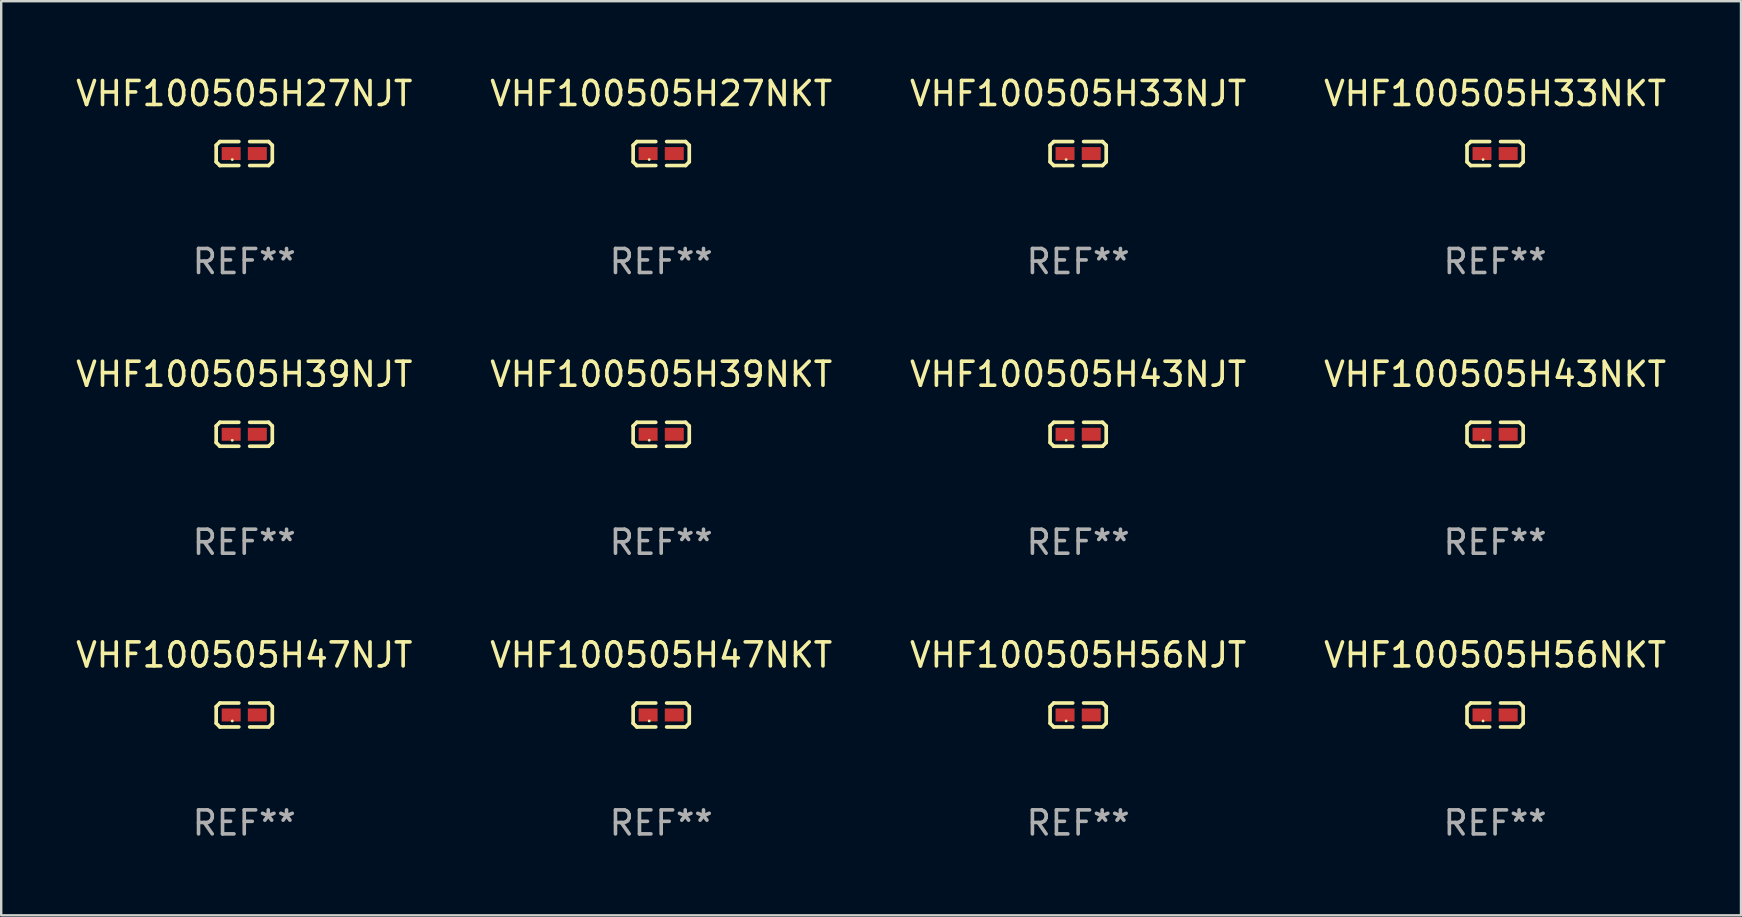
<source format=kicad_pcb>
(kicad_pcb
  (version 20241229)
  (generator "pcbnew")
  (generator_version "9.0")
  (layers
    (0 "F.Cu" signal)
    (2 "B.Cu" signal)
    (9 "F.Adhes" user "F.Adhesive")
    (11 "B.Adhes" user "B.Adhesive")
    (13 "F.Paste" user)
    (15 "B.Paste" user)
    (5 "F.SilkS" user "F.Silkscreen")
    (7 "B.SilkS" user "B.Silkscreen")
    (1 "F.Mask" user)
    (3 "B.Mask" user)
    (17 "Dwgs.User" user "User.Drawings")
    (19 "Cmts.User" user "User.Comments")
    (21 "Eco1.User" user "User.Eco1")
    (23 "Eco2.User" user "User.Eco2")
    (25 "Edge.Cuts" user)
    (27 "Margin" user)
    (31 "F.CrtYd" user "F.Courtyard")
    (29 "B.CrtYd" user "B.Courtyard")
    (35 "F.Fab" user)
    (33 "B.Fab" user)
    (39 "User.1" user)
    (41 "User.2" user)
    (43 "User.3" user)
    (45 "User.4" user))
  (footprint "VHF100505H27NJT"
    (layer "F.Cu")
    (at 7.125 3.347)
    (property "Reference" "VHF100505H27NJT" (at 0 -2.499 0) (layer "F.SilkS") (effects (font (size 1 1) (thickness 0.15))))
    (attr through_hole)
    (fp_line (start -1.169 -0.346) (end -1.016 -0.499) (stroke (width 0.152) (type solid)) (layer "F.SilkS"))
    (fp_line (start -1.169 0.346) (end -1.169 -0.346) (stroke (width 0.152) (type solid)) (layer "F.SilkS"))
    (fp_line (start -1.016 -0.499) (end -0.226 -0.499) (stroke (width 0.152) (type solid)) (layer "F.SilkS"))
    (fp_line (start -1.016 0.499) (end -1.169 0.346) (stroke (width 0.152) (type solid)) (layer "F.SilkS"))
    (fp_line (start -0.226 0.499) (end -1.016 0.499) (stroke (width 0.152) (type solid)) (layer "F.SilkS"))
    (fp_line (start 0.226 0.499) (end 1.016 0.499) (stroke (width 0.152) (type solid)) (layer "F.SilkS"))
    (fp_line (start 1.016 -0.499) (end 0.226 -0.499) (stroke (width 0.152) (type solid)) (layer "F.SilkS"))
    (fp_line (start 1.016 0.499) (end 1.169 0.346) (stroke (width 0.152) (type solid)) (layer "F.SilkS"))
    (fp_line (start 1.169 -0.346) (end 1.016 -0.499) (stroke (width 0.152) (type solid)) (layer "F.SilkS"))
    (fp_line (start 1.169 0.346) (end 1.169 -0.346) (stroke (width 0.152) (type solid)) (layer "F.SilkS"))
    (fp_circle (center -0.5 0.25) (end -0.47 0.25) (stroke (width 0.06) (type solid)) (fill no) (layer "F.SilkS"))
    (fp_text user "REF**" (at 0 4.499 0) (layer "F.Fab") (effects (font (size 1 1) (thickness 0.15))))
    (pad "1" smd rect (at -0.545 0) (size 0.79 0.54) (layers "F.Cu" "F.Mask" "F.Paste"))
    (pad "2" smd rect (at 0.545 0) (size 0.79 0.54) (layers "F.Cu" "F.Mask" "F.Paste")))
  (footprint "VHF100505H33NKT"
    (layer "F.Cu")
    (at 59.232 3.347)
    (property "Reference" "VHF100505H33NKT" (at 0 -2.499 0) (layer "F.SilkS") (effects (font (size 1 1) (thickness 0.15))))
    (attr through_hole)
    (fp_line (start -1.169 -0.346) (end -1.016 -0.499) (stroke (width 0.152) (type solid)) (layer "F.SilkS"))
    (fp_line (start -1.169 0.346) (end -1.169 -0.346) (stroke (width 0.152) (type solid)) (layer "F.SilkS"))
    (fp_line (start -1.016 -0.499) (end -0.226 -0.499) (stroke (width 0.152) (type solid)) (layer "F.SilkS"))
    (fp_line (start -1.016 0.499) (end -1.169 0.346) (stroke (width 0.152) (type solid)) (layer "F.SilkS"))
    (fp_line (start -0.226 0.499) (end -1.016 0.499) (stroke (width 0.152) (type solid)) (layer "F.SilkS"))
    (fp_line (start 0.226 0.499) (end 1.016 0.499) (stroke (width 0.152) (type solid)) (layer "F.SilkS"))
    (fp_line (start 1.016 -0.499) (end 0.226 -0.499) (stroke (width 0.152) (type solid)) (layer "F.SilkS"))
    (fp_line (start 1.016 0.499) (end 1.169 0.346) (stroke (width 0.152) (type solid)) (layer "F.SilkS"))
    (fp_line (start 1.169 -0.346) (end 1.016 -0.499) (stroke (width 0.152) (type solid)) (layer "F.SilkS"))
    (fp_line (start 1.169 0.346) (end 1.169 -0.346) (stroke (width 0.152) (type solid)) (layer "F.SilkS"))
    (fp_circle (center -0.5 0.25) (end -0.47 0.25) (stroke (width 0.06) (type solid)) (fill no) (layer "F.SilkS"))
    (fp_text user "REF**" (at 0 4.499 0) (layer "F.Fab") (effects (font (size 1 1) (thickness 0.15))))
    (pad "1" smd rect (at -0.545 0) (size 0.79 0.54) (layers "F.Cu" "F.Mask" "F.Paste"))
    (pad "2" smd rect (at 0.545 0) (size 0.79 0.54) (layers "F.Cu" "F.Mask" "F.Paste")))
  (footprint "VHF100505H43NJT"
    (layer "F.Cu")
    (at 41.863 15.041)
    (property "Reference" "VHF100505H43NJT" (at 0 -2.499 0) (layer "F.SilkS") (effects (font (size 1 1) (thickness 0.15))))
    (attr through_hole)
    (fp_line (start -1.169 -0.346) (end -1.016 -0.499) (stroke (width 0.152) (type solid)) (layer "F.SilkS"))
    (fp_line (start -1.169 0.346) (end -1.169 -0.346) (stroke (width 0.152) (type solid)) (layer "F.SilkS"))
    (fp_line (start -1.016 -0.499) (end -0.226 -0.499) (stroke (width 0.152) (type solid)) (layer "F.SilkS"))
    (fp_line (start -1.016 0.499) (end -1.169 0.346) (stroke (width 0.152) (type solid)) (layer "F.SilkS"))
    (fp_line (start -0.226 0.499) (end -1.016 0.499) (stroke (width 0.152) (type solid)) (layer "F.SilkS"))
    (fp_line (start 0.226 0.499) (end 1.016 0.499) (stroke (width 0.152) (type solid)) (layer "F.SilkS"))
    (fp_line (start 1.016 -0.499) (end 0.226 -0.499) (stroke (width 0.152) (type solid)) (layer "F.SilkS"))
    (fp_line (start 1.016 0.499) (end 1.169 0.346) (stroke (width 0.152) (type solid)) (layer "F.SilkS"))
    (fp_line (start 1.169 -0.346) (end 1.016 -0.499) (stroke (width 0.152) (type solid)) (layer "F.SilkS"))
    (fp_line (start 1.169 0.346) (end 1.169 -0.346) (stroke (width 0.152) (type solid)) (layer "F.SilkS"))
    (fp_circle (center -0.5 0.25) (end -0.47 0.25) (stroke (width 0.06) (type solid)) (fill no) (layer "F.SilkS"))
    (fp_text user "REF**" (at 0 4.499 0) (layer "F.Fab") (effects (font (size 1 1) (thickness 0.15))))
    (pad "1" smd rect (at -0.545 0) (size 0.79 0.54) (layers "F.Cu" "F.Mask" "F.Paste"))
    (pad "2" smd rect (at 0.545 0) (size 0.79 0.54) (layers "F.Cu" "F.Mask" "F.Paste")))
  (footprint "VHF100505H39NJT"
    (layer "F.Cu")
    (at 7.125 15.041)
    (property "Reference" "VHF100505H39NJT" (at 0 -2.499 0) (layer "F.SilkS") (effects (font (size 1 1) (thickness 0.15))))
    (attr through_hole)
    (fp_line (start -1.169 -0.346) (end -1.016 -0.499) (stroke (width 0.152) (type solid)) (layer "F.SilkS"))
    (fp_line (start -1.169 0.346) (end -1.169 -0.346) (stroke (width 0.152) (type solid)) (layer "F.SilkS"))
    (fp_line (start -1.016 -0.499) (end -0.226 -0.499) (stroke (width 0.152) (type solid)) (layer "F.SilkS"))
    (fp_line (start -1.016 0.499) (end -1.169 0.346) (stroke (width 0.152) (type solid)) (layer "F.SilkS"))
    (fp_line (start -0.226 0.499) (end -1.016 0.499) (stroke (width 0.152) (type solid)) (layer "F.SilkS"))
    (fp_line (start 0.226 0.499) (end 1.016 0.499) (stroke (width 0.152) (type solid)) (layer "F.SilkS"))
    (fp_line (start 1.016 -0.499) (end 0.226 -0.499) (stroke (width 0.152) (type solid)) (layer "F.SilkS"))
    (fp_line (start 1.016 0.499) (end 1.169 0.346) (stroke (width 0.152) (type solid)) (layer "F.SilkS"))
    (fp_line (start 1.169 -0.346) (end 1.016 -0.499) (stroke (width 0.152) (type solid)) (layer "F.SilkS"))
    (fp_line (start 1.169 0.346) (end 1.169 -0.346) (stroke (width 0.152) (type solid)) (layer "F.SilkS"))
    (fp_circle (center -0.5 0.25) (end -0.47 0.25) (stroke (width 0.06) (type solid)) (fill no) (layer "F.SilkS"))
    (fp_text user "REF**" (at 0 4.499 0) (layer "F.Fab") (effects (font (size 1 1) (thickness 0.15))))
    (pad "1" smd rect (at -0.545 0) (size 0.79 0.54) (layers "F.Cu" "F.Mask" "F.Paste"))
    (pad "2" smd rect (at 0.545 0) (size 0.79 0.54) (layers "F.Cu" "F.Mask" "F.Paste")))
  (footprint "VHF100505H56NKT"
    (layer "F.Cu")
    (at 59.232 26.734)
    (property "Reference" "VHF100505H56NKT" (at 0 -2.499 0) (layer "F.SilkS") (effects (font (size 1 1) (thickness 0.15))))
    (attr through_hole)
    (fp_line (start -1.169 -0.346) (end -1.016 -0.499) (stroke (width 0.152) (type solid)) (layer "F.SilkS"))
    (fp_line (start -1.169 0.346) (end -1.169 -0.346) (stroke (width 0.152) (type solid)) (layer "F.SilkS"))
    (fp_line (start -1.016 -0.499) (end -0.226 -0.499) (stroke (width 0.152) (type solid)) (layer "F.SilkS"))
    (fp_line (start -1.016 0.499) (end -1.169 0.346) (stroke (width 0.152) (type solid)) (layer "F.SilkS"))
    (fp_line (start -0.226 0.499) (end -1.016 0.499) (stroke (width 0.152) (type solid)) (layer "F.SilkS"))
    (fp_line (start 0.226 0.499) (end 1.016 0.499) (stroke (width 0.152) (type solid)) (layer "F.SilkS"))
    (fp_line (start 1.016 -0.499) (end 0.226 -0.499) (stroke (width 0.152) (type solid)) (layer "F.SilkS"))
    (fp_line (start 1.016 0.499) (end 1.169 0.346) (stroke (width 0.152) (type solid)) (layer "F.SilkS"))
    (fp_line (start 1.169 -0.346) (end 1.016 -0.499) (stroke (width 0.152) (type solid)) (layer "F.SilkS"))
    (fp_line (start 1.169 0.346) (end 1.169 -0.346) (stroke (width 0.152) (type solid)) (layer "F.SilkS"))
    (fp_circle (center -0.5 0.25) (end -0.47 0.25) (stroke (width 0.06) (type solid)) (fill no) (layer "F.SilkS"))
    (fp_text user "REF**" (at 0 4.499 0) (layer "F.Fab") (effects (font (size 1 1) (thickness 0.15))))
    (pad "1" smd rect (at -0.545 0) (size 0.79 0.54) (layers "F.Cu" "F.Mask" "F.Paste"))
    (pad "2" smd rect (at 0.545 0) (size 0.79 0.54) (layers "F.Cu" "F.Mask" "F.Paste")))
  (footprint "VHF100505H43NKT"
    (layer "F.Cu")
    (at 59.232 15.041)
    (property "Reference" "VHF100505H43NKT" (at 0 -2.499 0) (layer "F.SilkS") (effects (font (size 1 1) (thickness 0.15))))
    (attr through_hole)
    (fp_line (start -1.169 -0.346) (end -1.016 -0.499) (stroke (width 0.152) (type solid)) (layer "F.SilkS"))
    (fp_line (start -1.169 0.346) (end -1.169 -0.346) (stroke (width 0.152) (type solid)) (layer "F.SilkS"))
    (fp_line (start -1.016 -0.499) (end -0.226 -0.499) (stroke (width 0.152) (type solid)) (layer "F.SilkS"))
    (fp_line (start -1.016 0.499) (end -1.169 0.346) (stroke (width 0.152) (type solid)) (layer "F.SilkS"))
    (fp_line (start -0.226 0.499) (end -1.016 0.499) (stroke (width 0.152) (type solid)) (layer "F.SilkS"))
    (fp_line (start 0.226 0.499) (end 1.016 0.499) (stroke (width 0.152) (type solid)) (layer "F.SilkS"))
    (fp_line (start 1.016 -0.499) (end 0.226 -0.499) (stroke (width 0.152) (type solid)) (layer "F.SilkS"))
    (fp_line (start 1.016 0.499) (end 1.169 0.346) (stroke (width 0.152) (type solid)) (layer "F.SilkS"))
    (fp_line (start 1.169 -0.346) (end 1.016 -0.499) (stroke (width 0.152) (type solid)) (layer "F.SilkS"))
    (fp_line (start 1.169 0.346) (end 1.169 -0.346) (stroke (width 0.152) (type solid)) (layer "F.SilkS"))
    (fp_circle (center -0.5 0.25) (end -0.47 0.25) (stroke (width 0.06) (type solid)) (fill no) (layer "F.SilkS"))
    (fp_text user "REF**" (at 0 4.499 0) (layer "F.Fab") (effects (font (size 1 1) (thickness 0.15))))
    (pad "1" smd rect (at -0.545 0) (size 0.79 0.54) (layers "F.Cu" "F.Mask" "F.Paste"))
    (pad "2" smd rect (at 0.545 0) (size 0.79 0.54) (layers "F.Cu" "F.Mask" "F.Paste")))
  (footprint "VHF100505H47NJT"
    (layer "F.Cu")
    (at 7.125 26.734)
    (property "Reference" "VHF100505H47NJT" (at 0 -2.499 0) (layer "F.SilkS") (effects (font (size 1 1) (thickness 0.15))))
    (attr through_hole)
    (fp_line (start -1.169 -0.346) (end -1.016 -0.499) (stroke (width 0.152) (type solid)) (layer "F.SilkS"))
    (fp_line (start -1.169 0.346) (end -1.169 -0.346) (stroke (width 0.152) (type solid)) (layer "F.SilkS"))
    (fp_line (start -1.016 -0.499) (end -0.226 -0.499) (stroke (width 0.152) (type solid)) (layer "F.SilkS"))
    (fp_line (start -1.016 0.499) (end -1.169 0.346) (stroke (width 0.152) (type solid)) (layer "F.SilkS"))
    (fp_line (start -0.226 0.499) (end -1.016 0.499) (stroke (width 0.152) (type solid)) (layer "F.SilkS"))
    (fp_line (start 0.226 0.499) (end 1.016 0.499) (stroke (width 0.152) (type solid)) (layer "F.SilkS"))
    (fp_line (start 1.016 -0.499) (end 0.226 -0.499) (stroke (width 0.152) (type solid)) (layer "F.SilkS"))
    (fp_line (start 1.016 0.499) (end 1.169 0.346) (stroke (width 0.152) (type solid)) (layer "F.SilkS"))
    (fp_line (start 1.169 -0.346) (end 1.016 -0.499) (stroke (width 0.152) (type solid)) (layer "F.SilkS"))
    (fp_line (start 1.169 0.346) (end 1.169 -0.346) (stroke (width 0.152) (type solid)) (layer "F.SilkS"))
    (fp_circle (center -0.5 0.25) (end -0.47 0.25) (stroke (width 0.06) (type solid)) (fill no) (layer "F.SilkS"))
    (fp_text user "REF**" (at 0 4.499 0) (layer "F.Fab") (effects (font (size 1 1) (thickness 0.15))))
    (pad "1" smd rect (at -0.545 0) (size 0.79 0.54) (layers "F.Cu" "F.Mask" "F.Paste"))
    (pad "2" smd rect (at 0.545 0) (size 0.79 0.54) (layers "F.Cu" "F.Mask" "F.Paste")))
  (footprint "VHF100505H33NJT"
    (layer "F.Cu")
    (at 41.863 3.347)
    (property "Reference" "VHF100505H33NJT" (at 0 -2.499 0) (layer "F.SilkS") (effects (font (size 1 1) (thickness 0.15))))
    (attr through_hole)
    (fp_line (start -1.169 -0.346) (end -1.016 -0.499) (stroke (width 0.152) (type solid)) (layer "F.SilkS"))
    (fp_line (start -1.169 0.346) (end -1.169 -0.346) (stroke (width 0.152) (type solid)) (layer "F.SilkS"))
    (fp_line (start -1.016 -0.499) (end -0.226 -0.499) (stroke (width 0.152) (type solid)) (layer "F.SilkS"))
    (fp_line (start -1.016 0.499) (end -1.169 0.346) (stroke (width 0.152) (type solid)) (layer "F.SilkS"))
    (fp_line (start -0.226 0.499) (end -1.016 0.499) (stroke (width 0.152) (type solid)) (layer "F.SilkS"))
    (fp_line (start 0.226 0.499) (end 1.016 0.499) (stroke (width 0.152) (type solid)) (layer "F.SilkS"))
    (fp_line (start 1.016 -0.499) (end 0.226 -0.499) (stroke (width 0.152) (type solid)) (layer "F.SilkS"))
    (fp_line (start 1.016 0.499) (end 1.169 0.346) (stroke (width 0.152) (type solid)) (layer "F.SilkS"))
    (fp_line (start 1.169 -0.346) (end 1.016 -0.499) (stroke (width 0.152) (type solid)) (layer "F.SilkS"))
    (fp_line (start 1.169 0.346) (end 1.169 -0.346) (stroke (width 0.152) (type solid)) (layer "F.SilkS"))
    (fp_circle (center -0.5 0.25) (end -0.47 0.25) (stroke (width 0.06) (type solid)) (fill no) (layer "F.SilkS"))
    (fp_text user "REF**" (at 0 4.499 0) (layer "F.Fab") (effects (font (size 1 1) (thickness 0.15))))
    (pad "1" smd rect (at -0.545 0) (size 0.79 0.54) (layers "F.Cu" "F.Mask" "F.Paste"))
    (pad "2" smd rect (at 0.545 0) (size 0.79 0.54) (layers "F.Cu" "F.Mask" "F.Paste")))
  (footprint "VHF100505H56NJT"
    (layer "F.Cu")
    (at 41.863 26.734)
    (property "Reference" "VHF100505H56NJT" (at 0 -2.499 0) (layer "F.SilkS") (effects (font (size 1 1) (thickness 0.15))))
    (attr through_hole)
    (fp_line (start -1.169 -0.346) (end -1.016 -0.499) (stroke (width 0.152) (type solid)) (layer "F.SilkS"))
    (fp_line (start -1.169 0.346) (end -1.169 -0.346) (stroke (width 0.152) (type solid)) (layer "F.SilkS"))
    (fp_line (start -1.016 -0.499) (end -0.226 -0.499) (stroke (width 0.152) (type solid)) (layer "F.SilkS"))
    (fp_line (start -1.016 0.499) (end -1.169 0.346) (stroke (width 0.152) (type solid)) (layer "F.SilkS"))
    (fp_line (start -0.226 0.499) (end -1.016 0.499) (stroke (width 0.152) (type solid)) (layer "F.SilkS"))
    (fp_line (start 0.226 0.499) (end 1.016 0.499) (stroke (width 0.152) (type solid)) (layer "F.SilkS"))
    (fp_line (start 1.016 -0.499) (end 0.226 -0.499) (stroke (width 0.152) (type solid)) (layer "F.SilkS"))
    (fp_line (start 1.016 0.499) (end 1.169 0.346) (stroke (width 0.152) (type solid)) (layer "F.SilkS"))
    (fp_line (start 1.169 -0.346) (end 1.016 -0.499) (stroke (width 0.152) (type solid)) (layer "F.SilkS"))
    (fp_line (start 1.169 0.346) (end 1.169 -0.346) (stroke (width 0.152) (type solid)) (layer "F.SilkS"))
    (fp_circle (center -0.5 0.25) (end -0.47 0.25) (stroke (width 0.06) (type solid)) (fill no) (layer "F.SilkS"))
    (fp_text user "REF**" (at 0 4.499 0) (layer "F.Fab") (effects (font (size 1 1) (thickness 0.15))))
    (pad "1" smd rect (at -0.545 0) (size 0.79 0.54) (layers "F.Cu" "F.Mask" "F.Paste"))
    (pad "2" smd rect (at 0.545 0) (size 0.79 0.54) (layers "F.Cu" "F.Mask" "F.Paste")))
  (footprint "VHF100505H39NKT"
    (layer "F.Cu")
    (at 24.494 15.041)
    (property "Reference" "VHF100505H39NKT" (at 0 -2.499 0) (layer "F.SilkS") (effects (font (size 1 1) (thickness 0.15))))
    (attr through_hole)
    (fp_line (start -1.169 -0.346) (end -1.016 -0.499) (stroke (width 0.152) (type solid)) (layer "F.SilkS"))
    (fp_line (start -1.169 0.346) (end -1.169 -0.346) (stroke (width 0.152) (type solid)) (layer "F.SilkS"))
    (fp_line (start -1.016 -0.499) (end -0.226 -0.499) (stroke (width 0.152) (type solid)) (layer "F.SilkS"))
    (fp_line (start -1.016 0.499) (end -1.169 0.346) (stroke (width 0.152) (type solid)) (layer "F.SilkS"))
    (fp_line (start -0.226 0.499) (end -1.016 0.499) (stroke (width 0.152) (type solid)) (layer "F.SilkS"))
    (fp_line (start 0.226 0.499) (end 1.016 0.499) (stroke (width 0.152) (type solid)) (layer "F.SilkS"))
    (fp_line (start 1.016 -0.499) (end 0.226 -0.499) (stroke (width 0.152) (type solid)) (layer "F.SilkS"))
    (fp_line (start 1.016 0.499) (end 1.169 0.346) (stroke (width 0.152) (type solid)) (layer "F.SilkS"))
    (fp_line (start 1.169 -0.346) (end 1.016 -0.499) (stroke (width 0.152) (type solid)) (layer "F.SilkS"))
    (fp_line (start 1.169 0.346) (end 1.169 -0.346) (stroke (width 0.152) (type solid)) (layer "F.SilkS"))
    (fp_circle (center -0.5 0.25) (end -0.47 0.25) (stroke (width 0.06) (type solid)) (fill no) (layer "F.SilkS"))
    (fp_text user "REF**" (at 0 4.499 0) (layer "F.Fab") (effects (font (size 1 1) (thickness 0.15))))
    (pad "1" smd rect (at -0.545 0) (size 0.79 0.54) (layers "F.Cu" "F.Mask" "F.Paste"))
    (pad "2" smd rect (at 0.545 0) (size 0.79 0.54) (layers "F.Cu" "F.Mask" "F.Paste")))
  (footprint "VHF100505H27NKT"
    (layer "F.Cu")
    (at 24.494 3.347)
    (property "Reference" "VHF100505H27NKT" (at 0 -2.499 0) (layer "F.SilkS") (effects (font (size 1 1) (thickness 0.15))))
    (attr through_hole)
    (fp_line (start -1.169 -0.346) (end -1.016 -0.499) (stroke (width 0.152) (type solid)) (layer "F.SilkS"))
    (fp_line (start -1.169 0.346) (end -1.169 -0.346) (stroke (width 0.152) (type solid)) (layer "F.SilkS"))
    (fp_line (start -1.016 -0.499) (end -0.226 -0.499) (stroke (width 0.152) (type solid)) (layer "F.SilkS"))
    (fp_line (start -1.016 0.499) (end -1.169 0.346) (stroke (width 0.152) (type solid)) (layer "F.SilkS"))
    (fp_line (start -0.226 0.499) (end -1.016 0.499) (stroke (width 0.152) (type solid)) (layer "F.SilkS"))
    (fp_line (start 0.226 0.499) (end 1.016 0.499) (stroke (width 0.152) (type solid)) (layer "F.SilkS"))
    (fp_line (start 1.016 -0.499) (end 0.226 -0.499) (stroke (width 0.152) (type solid)) (layer "F.SilkS"))
    (fp_line (start 1.016 0.499) (end 1.169 0.346) (stroke (width 0.152) (type solid)) (layer "F.SilkS"))
    (fp_line (start 1.169 -0.346) (end 1.016 -0.499) (stroke (width 0.152) (type solid)) (layer "F.SilkS"))
    (fp_line (start 1.169 0.346) (end 1.169 -0.346) (stroke (width 0.152) (type solid)) (layer "F.SilkS"))
    (fp_circle (center -0.5 0.25) (end -0.47 0.25) (stroke (width 0.06) (type solid)) (fill no) (layer "F.SilkS"))
    (fp_text user "REF**" (at 0 4.499 0) (layer "F.Fab") (effects (font (size 1 1) (thickness 0.15))))
    (pad "1" smd rect (at -0.545 0) (size 0.79 0.54) (layers "F.Cu" "F.Mask" "F.Paste"))
    (pad "2" smd rect (at 0.545 0) (size 0.79 0.54) (layers "F.Cu" "F.Mask" "F.Paste")))
  (footprint "VHF100505H47NKT"
    (layer "F.Cu")
    (at 24.494 26.734)
    (property "Reference" "VHF100505H47NKT" (at 0 -2.499 0) (layer "F.SilkS") (effects (font (size 1 1) (thickness 0.15))))
    (attr through_hole)
    (fp_line (start -1.169 -0.346) (end -1.016 -0.499) (stroke (width 0.152) (type solid)) (layer "F.SilkS"))
    (fp_line (start -1.169 0.346) (end -1.169 -0.346) (stroke (width 0.152) (type solid)) (layer "F.SilkS"))
    (fp_line (start -1.016 -0.499) (end -0.226 -0.499) (stroke (width 0.152) (type solid)) (layer "F.SilkS"))
    (fp_line (start -1.016 0.499) (end -1.169 0.346) (stroke (width 0.152) (type solid)) (layer "F.SilkS"))
    (fp_line (start -0.226 0.499) (end -1.016 0.499) (stroke (width 0.152) (type solid)) (layer "F.SilkS"))
    (fp_line (start 0.226 0.499) (end 1.016 0.499) (stroke (width 0.152) (type solid)) (layer "F.SilkS"))
    (fp_line (start 1.016 -0.499) (end 0.226 -0.499) (stroke (width 0.152) (type solid)) (layer "F.SilkS"))
    (fp_line (start 1.016 0.499) (end 1.169 0.346) (stroke (width 0.152) (type solid)) (layer "F.SilkS"))
    (fp_line (start 1.169 -0.346) (end 1.016 -0.499) (stroke (width 0.152) (type solid)) (layer "F.SilkS"))
    (fp_line (start 1.169 0.346) (end 1.169 -0.346) (stroke (width 0.152) (type solid)) (layer "F.SilkS"))
    (fp_circle (center -0.5 0.25) (end -0.47 0.25) (stroke (width 0.06) (type solid)) (fill no) (layer "F.SilkS"))
    (fp_text user "REF**" (at 0 4.499 0) (layer "F.Fab") (effects (font (size 1 1) (thickness 0.15))))
    (pad "1" smd rect (at -0.545 0) (size 0.79 0.54) (layers "F.Cu" "F.Mask" "F.Paste"))
    (pad "2" smd rect (at 0.545 0) (size 0.79 0.54) (layers "F.Cu" "F.Mask" "F.Paste")))
  (gr_rect
    (start -3 -3)
    (end 69.476 35.081)
    (stroke (width 0.1) (type default))
    (fill no)
    (layer "Edge.Cuts")))
</source>
